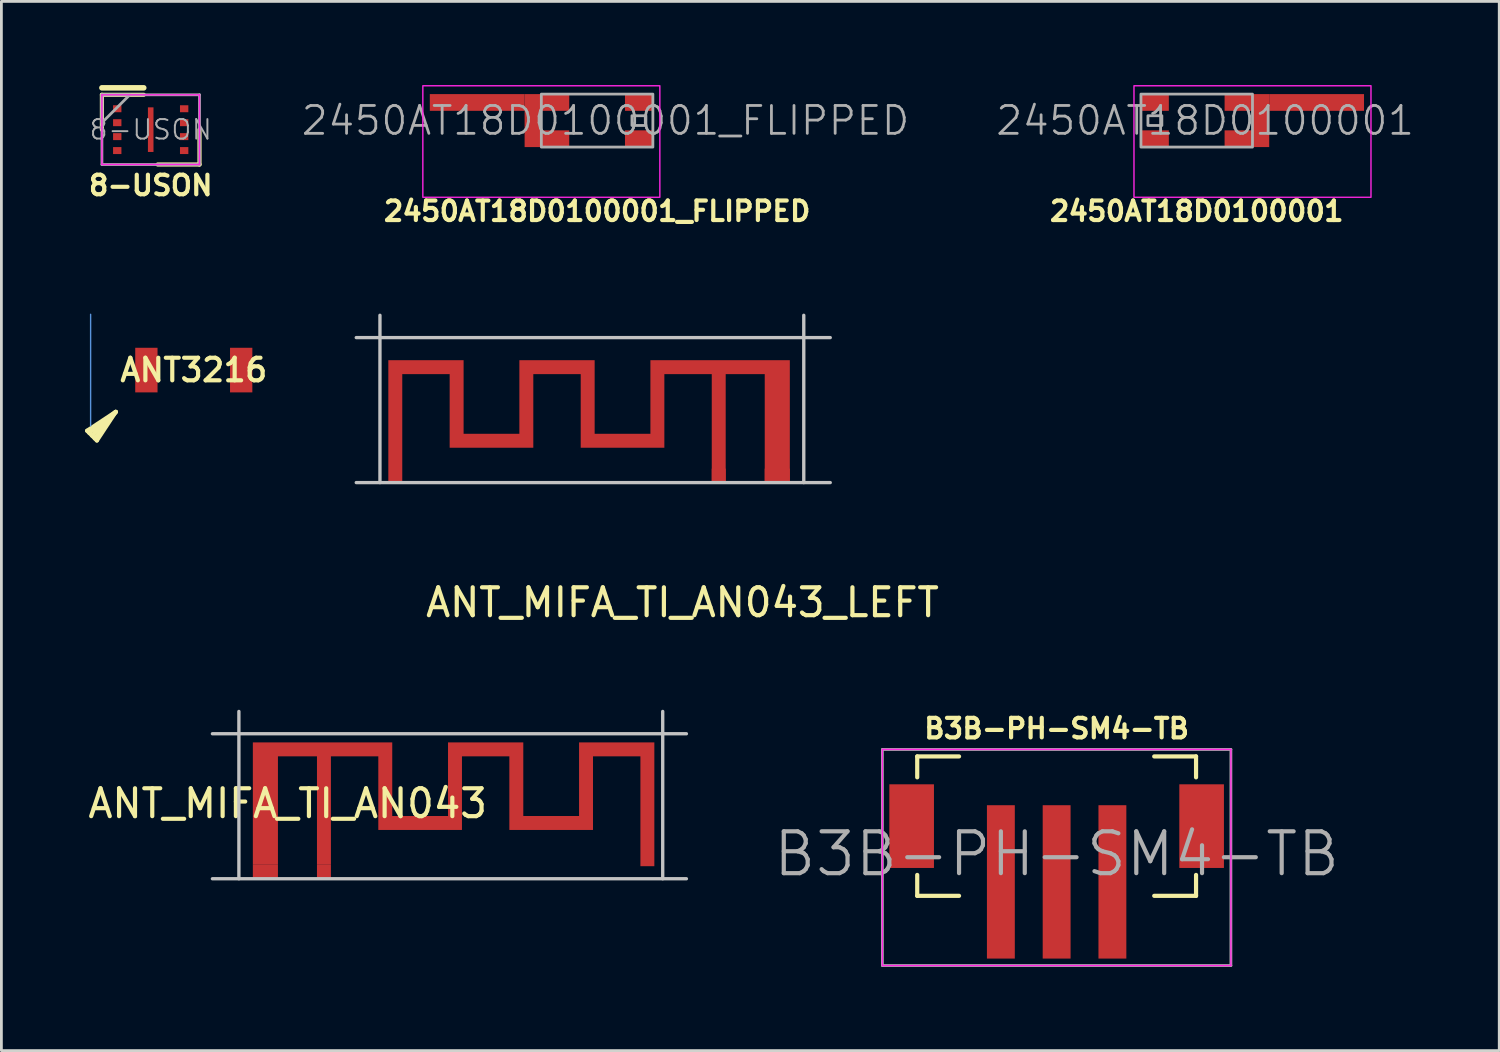
<source format=kicad_pcb>
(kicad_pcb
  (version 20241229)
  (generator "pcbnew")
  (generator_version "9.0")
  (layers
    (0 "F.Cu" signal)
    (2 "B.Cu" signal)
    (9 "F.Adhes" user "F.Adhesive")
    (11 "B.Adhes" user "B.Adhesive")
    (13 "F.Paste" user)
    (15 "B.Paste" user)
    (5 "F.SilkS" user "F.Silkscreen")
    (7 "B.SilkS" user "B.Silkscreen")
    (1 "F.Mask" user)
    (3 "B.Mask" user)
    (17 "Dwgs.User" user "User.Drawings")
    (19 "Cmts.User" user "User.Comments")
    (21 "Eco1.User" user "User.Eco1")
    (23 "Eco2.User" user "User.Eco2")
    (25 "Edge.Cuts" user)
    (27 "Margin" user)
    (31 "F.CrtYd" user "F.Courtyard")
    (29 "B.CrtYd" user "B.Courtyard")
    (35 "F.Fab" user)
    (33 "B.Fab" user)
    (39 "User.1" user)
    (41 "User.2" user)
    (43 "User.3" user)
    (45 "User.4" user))
  (footprint "ANT_MIFA_TI_AN043_LEFT"
    (layer "F.Cu")
    (at 22.727 9.058)
    (property "Reference" "ANT_MIFA_TI_AN043_LEFT" (at -1.3 9.5 0) (unlocked yes) (layer "F.SilkS") (effects (font (size 1 1) (thickness 0.15))))
    (attr smd)
    (fp_poly (pts (xy -2.45 3.45) (xy -4.45 3.45) (xy -4.45 0.81) (xy -7.15 0.81) (xy -7.15 3.45) (xy -9.15 3.45) (xy -9.15 0.81) (xy -11.85 0.81) (xy -11.85 5.25) (xy -11.35 5.25) (xy -11.35 1.31) (xy -9.65 1.31) (xy -9.65 3.95) (xy -6.65 3.95) (xy -6.65 1.31) (xy -4.95 1.31) (xy -4.95 3.95) (xy -1.95 3.95) (xy -1.95 1.31) (xy -0.25 1.31) (xy -0.25 5.2) (xy 0.25 5.2) (xy 0.25 1.31) (xy 1.65 1.31) (xy 1.65 5.2) (xy 2.55 5.2) (xy 2.55 0.81) (xy -2.45 0.81)) (stroke (width 0) (type solid)) (fill yes) (layer "F.Cu"))
    (fp_line (start -12.15 -0.8) (end -12.15 5.2) (stroke (width 0.12) (type solid)) (layer "Dwgs.User"))
    (fp_line (start 3.05 5.2) (end 3.05 -0.8) (stroke (width 0.12) (type solid)) (layer "Dwgs.User"))
    (fp_line (start 4 0) (end -13 0) (stroke (width 0.12) (type solid)) (layer "Dwgs.User"))
    (fp_line (start 4 5.2) (end -13 5.2) (stroke (width 0.12) (type solid)) (layer "Dwgs.User"))
    (pad "ANT" smd rect (at 0 4.95) (size 0.5 0.5) (layers "F.Cu"))
    (pad "GND" smd rect (at 2.1 4.95) (size 0.9 0.5) (layers "F.Cu"))
    (zone (net_name "") (layer "F.Cu") (hatch edge 0.508) (connect_pads) (min_thickness 0.254) (filled_areas_thickness no) (keepout (tracks not_allowed) (vias not_allowed) (pads not_allowed) (copperpour not_allowed) (footprints not_allowed)) (placement (enabled no)) (fill) (polygon (pts (xy 10.577 14.258) (xy 22.477 14.258) (xy 22.477 13.758) (xy 22.977 13.758) (xy 22.977 14.258) (xy 24.377 14.258) (xy 24.377 13.758) (xy 25.277 13.758) (xy 25.277 14.258) (xy 25.777 14.258) (xy 25.777 9.058) (xy 10.577 9.058))))
    (zone (net_name "") (layer "In1.Cu") (hatch edge 0.508) (connect_pads) (min_thickness 0.254) (filled_areas_thickness no) (keepout (tracks not_allowed) (vias not_allowed) (pads not_allowed) (copperpour not_allowed) (footprints not_allowed)) (placement (enabled no)) (fill) (polygon (pts (xy 10.577 14.258) (xy 22.477 14.258) (xy 22.977 14.258) (xy 24.377 14.258) (xy 25.277 14.258) (xy 25.777 14.258) (xy 25.777 9.058) (xy 10.577 9.058)))))
  (footprint "2450AT18D0100001_FLIPPED"
    (layer "F.Cu")
    (at 18.365 1.275)
    (property "Reference" "2450AT18D0100001_FLIPPED" (at 0 3.25 0) (unlocked yes) (layer "F.SilkS") (effects (font (size 0.7 0.7) (thickness 0.15) (bold yes))))
    (attr smd)
    (fp_rect (start 2.25 -1.25) (end -6.25 2.75) (stroke (width 0.05) (type default)) (fill no) (layer "F.CrtYd"))
    (fp_rect (start 1.75 -0.175) (end 1.25 0.175) (stroke (width 0.1) (type solid)) (fill no) (layer "F.Fab"))
    (fp_rect (start 2 -0.95) (end -2 0.95) (stroke (width 0.1) (type default)) (fill no) (layer "F.Fab"))
    (fp_text user "${REFERENCE}" (at 0.3 0 0) (unlocked yes) (layer "F.Fab") (effects (font (size 1 1) (thickness 0.1))))
    (pad "ANT" smd rect (at 1.5 0.65) (size 1 0.6) (layers "F.Cu" "F.Mask" "F.Paste"))
    (pad "GND" smd rect (at -4.3 -0.65) (size 3.4 0.6) (layers "F.Cu"))
    (pad "GND" smd rect (at -2.3 0) (size 0.6 1.9) (layers "F.Cu"))
    (pad "GND" smd rect (at -1.5 -0.65) (size 1 0.6) (layers "F.Cu" "F.Mask" "F.Paste"))
    (pad "GND" smd rect (at -1.5 0.65) (size 1 0.6) (layers "F.Cu" "F.Mask" "F.Paste"))
    (pad "GND" smd rect (at 1.5 -0.65) (size 1 0.6) (layers "F.Cu" "F.Mask" "F.Paste"))
    (zone (net_name "") (layers "F.Cu" "B.Cu") (hatch edge 0.5) (connect_pads) (min_thickness 0.25) (filled_areas_thickness no) (keepout (tracks not_allowed) (vias not_allowed) (pads allowed) (copperpour not_allowed) (footprints allowed)) (placement (enabled no)) (fill) (polygon (pts (xy 20.365 0.325) (xy 20.365 1.625) (xy 19.365 1.625) (xy 19.365 2.225) (xy 20.365 2.225) (xy 20.365 3.725) (xy 12.365 3.725) (xy 12.365 0.325)))))
  (footprint "ANT_MIFA_TI_AN043"
    (layer "F.Cu")
    (at 8.568 23.266)
    (property "Reference" "ANT_MIFA_TI_AN043" (at -1.3 2.5 0) (unlocked yes) (layer "F.SilkS") (effects (font (size 1 1) (thickness 0.15))))
    (attr smd)
    (fp_poly (pts (xy 2.45 2.95) (xy 4.45 2.95) (xy 4.45 0.31) (xy 7.15 0.31) (xy 7.15 2.95) (xy 9.15 2.95) (xy 9.15 0.31) (xy 11.85 0.31) (xy 11.85 4.75) (xy 11.35 4.75) (xy 11.35 0.81) (xy 9.65 0.81) (xy 9.65 3.45) (xy 6.65 3.45) (xy 6.65 0.81) (xy 4.95 0.81) (xy 4.95 3.45) (xy 1.95 3.45) (xy 1.95 0.81) (xy 0.25 0.81) (xy 0.25 4.7) (xy -0.25 4.7) (xy -0.25 0.81) (xy -1.65 0.81) (xy -1.65 4.7) (xy -2.55 4.7) (xy -2.55 0.31) (xy 2.45 0.31)) (stroke (width 0) (type solid)) (fill yes) (layer "F.Cu"))
    (fp_line (start -4 0) (end 13 0) (stroke (width 0.12) (type solid)) (layer "Dwgs.User"))
    (fp_line (start -4 5.2) (end 13 5.2) (stroke (width 0.12) (type solid)) (layer "Dwgs.User"))
    (fp_line (start -3.05 5.2) (end -3.05 -0.8) (stroke (width 0.12) (type solid)) (layer "Dwgs.User"))
    (fp_line (start 12.15 -0.8) (end 12.15 5.2) (stroke (width 0.12) (type solid)) (layer "Dwgs.User"))
    (pad "ANT" smd rect (at 0 4.95) (size 0.5 0.5) (layers "F.Cu"))
    (pad "GND" smd rect (at -2.1 4.95) (size 0.9 0.5) (layers "F.Cu"))
    (zone (net_name "") (layer "F.Cu") (hatch edge 0.508) (connect_pads) (min_thickness 0.254) (filled_areas_thickness no) (keepout (tracks not_allowed) (vias not_allowed) (pads not_allowed) (copperpour not_allowed) (footprints not_allowed)) (placement (enabled no)) (fill) (polygon (pts (xy 20.718 28.466) (xy 8.818 28.466) (xy 8.818 27.966) (xy 8.318 27.966) (xy 8.318 28.466) (xy 6.918 28.466) (xy 6.918 27.966) (xy 6.018 27.966) (xy 6.018 28.466) (xy 5.518 28.466) (xy 5.518 23.266) (xy 20.718 23.266))))
    (zone (net_name "") (layer "In1.Cu") (hatch edge 0.508) (connect_pads) (min_thickness 0.254) (filled_areas_thickness no) (keepout (tracks not_allowed) (vias not_allowed) (pads not_allowed) (copperpour not_allowed) (footprints not_allowed)) (placement (enabled no)) (fill) (polygon (pts (xy 20.718 28.466) (xy 8.818 28.466) (xy 8.318 28.466) (xy 6.918 28.466) (xy 6.018 28.466) (xy 5.518 28.466) (xy 5.518 23.266) (xy 20.718 23.266)))))
  (footprint "B3B-PH-SM4-TB"
    (layer "F.Cu")
    (at 34.846 26.579)
    (property "Reference" "B3B-PH-SM4-TB" (at 0 -3.5 0) (layer "F.SilkS") (effects (font (size 0.7 0.7) (thickness 0.15))))
    (attr through_hole)
    (fp_line (start -5 -2.5) (end -3.5 -2.5) (stroke (width 0.15) (type solid)) (layer "F.SilkS"))
    (fp_line (start -5 -1.75) (end -5 -2.5) (stroke (width 0.15) (type solid)) (layer "F.SilkS"))
    (fp_line (start -5 1.75) (end -5 2.5) (stroke (width 0.15) (type solid)) (layer "F.SilkS"))
    (fp_line (start -5 2.5) (end -3.5 2.5) (stroke (width 0.15) (type solid)) (layer "F.SilkS"))
    (fp_line (start 5 -2.5) (end 3.5 -2.5) (stroke (width 0.15) (type solid)) (layer "F.SilkS"))
    (fp_line (start 5 -1.75) (end 5 -2.5) (stroke (width 0.15) (type solid)) (layer "F.SilkS"))
    (fp_line (start 5 1.75) (end 5 2.5) (stroke (width 0.15) (type solid)) (layer "F.SilkS"))
    (fp_line (start 5 2.5) (end 3.5 2.5) (stroke (width 0.15) (type solid)) (layer "F.SilkS"))
    (fp_line (start -6.25 -2.75) (end 6.25 -2.75) (stroke (width 0.05) (type solid)) (layer "F.CrtYd"))
    (fp_line (start -6.25 5) (end -6.25 -2.75) (stroke (width 0.05) (type solid)) (layer "F.CrtYd"))
    (fp_line (start 6.25 -2.75) (end 6.25 5) (stroke (width 0.05) (type solid)) (layer "F.CrtYd"))
    (fp_line (start 6.25 5) (end -6.25 5) (stroke (width 0.05) (type solid)) (layer "F.CrtYd"))
    (fp_line (start -6.25 -2.75) (end 6.25 -2.75) (stroke (width 0.1) (type solid)) (layer "F.Fab"))
    (fp_line (start -6.25 5) (end -6.25 -2.75) (stroke (width 0.1) (type solid)) (layer "F.Fab"))
    (fp_line (start 6.25 -2.75) (end 6.25 5) (stroke (width 0.1) (type solid)) (layer "F.Fab"))
    (fp_line (start 6.25 5) (end -6.25 5) (stroke (width 0.1) (type solid)) (layer "F.Fab"))
    (fp_text user "${REFERENCE}" (at 0 1 0) (layer "F.Fab") (effects (font (size 1.5 1.5) (thickness 0.15))))
    (pad "" smd rect (at -5.2 0) (size 1.6 3) (layers "F.Cu" "F.Mask" "F.Paste"))
    (pad "" smd rect (at 5.2 0) (size 1.6 3) (layers "F.Cu" "F.Mask" "F.Paste"))
    (pad "1" smd rect (at -2 2) (size 1 5.5) (layers "F.Cu" "F.Mask" "F.Paste"))
    (pad "2" smd rect (at 0 2) (size 1 5.5) (layers "F.Cu" "F.Mask" "F.Paste"))
    (pad "3" smd rect (at 2 2) (size 1 5.5) (layers "F.Cu" "F.Mask" "F.Paste")))
  (footprint "2450AT18D0100001"
    (layer "F.Cu")
    (at 39.87 1.275)
    (property "Reference" "2450AT18D0100001" (at 0 3.25 0) (unlocked yes) (layer "F.SilkS") (effects (font (size 0.7 0.7) (thickness 0.15) (bold yes))))
    (attr smd)
    (fp_rect (start -2.25 -1.25) (end 6.25 2.75) (stroke (width 0.05) (type default)) (fill no) (layer "F.CrtYd"))
    (fp_rect (start -2 -0.95) (end 2 0.95) (stroke (width 0.1) (type default)) (fill no) (layer "F.Fab"))
    (fp_rect (start -1.75 -0.175) (end -1.25 0.175) (stroke (width 0.1) (type solid)) (fill no) (layer "F.Fab"))
    (fp_text user "${REFERENCE}" (at 0.3 0 0) (unlocked yes) (layer "F.Fab") (effects (font (size 1 1) (thickness 0.1))))
    (pad "ANT" smd rect (at -1.5 0.65) (size 1 0.6) (layers "F.Cu" "F.Mask" "F.Paste"))
    (pad "GND" smd rect (at -1.5 -0.65) (size 1 0.6) (layers "F.Cu" "F.Mask" "F.Paste"))
    (pad "GND" smd rect (at 1.5 -0.65) (size 1 0.6) (layers "F.Cu" "F.Mask" "F.Paste"))
    (pad "GND" smd rect (at 1.5 0.65) (size 1 0.6) (layers "F.Cu" "F.Mask" "F.Paste"))
    (pad "GND" smd rect (at 2.3 0) (size 0.6 1.9) (layers "F.Cu"))
    (pad "GND" smd rect (at 4.3 -0.65) (size 3.4 0.6) (layers "F.Cu"))
    (zone (net_name "") (layers "F.Cu" "B.Cu") (hatch edge 0.5) (connect_pads) (min_thickness 0.25) (filled_areas_thickness no) (keepout (tracks not_allowed) (vias not_allowed) (pads allowed) (copperpour not_allowed) (footprints allowed)) (placement (enabled no)) (fill) (polygon (pts (xy 37.87 0.325) (xy 37.87 1.625) (xy 38.87 1.625) (xy 38.87 2.225) (xy 37.87 2.225) (xy 37.87 3.725) (xy 45.87 3.725) (xy 45.87 0.325)))))
  (footprint "ANT3216"
    (layer "F.Cu")
    (at 3.9 10.223)
    (property "Reference" "ANT3216" (at 0 0 0) (layer "F.SilkS") (effects (font (size 0.81 0.81) (thickness 0.15))))
    (attr through_hole)
    (fp_line (start -3.825 2.175) (end -3.475 2.525) (stroke (width 0.15) (type solid)) (layer "F.SilkS"))
    (fp_line (start -3.475 2.525) (end -2.8 1.5) (stroke (width 0.15) (type solid)) (layer "F.SilkS"))
    (fp_line (start -2.8 1.5) (end -3.825 2.175) (stroke (width 0.15) (type solid)) (layer "F.SilkS"))
    (fp_line (start -2.8 1.5) (end -3.75 2.25) (stroke (width 0.15) (type solid)) (layer "F.SilkS"))
    (fp_line (start -2.8 1.5) (end -3.65 2.35) (stroke (width 0.15) (type solid)) (layer "F.SilkS"))
    (fp_line (start -2.8 1.5) (end -3.55 2.45) (stroke (width 0.15) (type solid)) (layer "F.SilkS"))
    (fp_line (start -3.7 -2) (end -3.7 2) (stroke (width 0.05) (type solid)) (layer "Cmts.User"))
    (pad "" smd rect (at 1.7 0) (size 0.8 1.6) (layers "F.Cu" "F.Mask" "F.Paste"))
    (pad "ANT" smd rect (at -1.7 0) (size 0.8 1.6) (layers "F.Cu" "F.Mask" "F.Paste")))
  (footprint "8-USON"
    (layer "F.Cu")
    (at 2.355 1.6)
    (property "Reference" "8-USON" (at 0 2 0) (layer "F.SilkS") (effects (font (size 0.7 0.7) (thickness 0.15))))
    (attr through_hole)
    (fp_line (start -1.75 -1.5) (end -0.25 -1.5) (stroke (width 0.2) (type solid)) (layer "F.SilkS"))
    (fp_line (start -1.75 -1.25) (end -1.75 0) (stroke (width 0.15) (type solid)) (layer "F.SilkS"))
    (fp_line (start -0.25 -1.25) (end -1.75 -1.25) (stroke (width 0.15) (type solid)) (layer "F.SilkS"))
    (fp_line (start 0.25 1.25) (end 1.75 1.25) (stroke (width 0.15) (type solid)) (layer "F.SilkS"))
    (fp_line (start 1.75 1.25) (end 1.75 0) (stroke (width 0.15) (type solid)) (layer "F.SilkS"))
    (fp_line (start -1.75 -1.25) (end 1.75 -1.25) (stroke (width 0.05) (type solid)) (layer "F.CrtYd"))
    (fp_line (start -1.75 1.25) (end -1.75 -1.25) (stroke (width 0.05) (type solid)) (layer "F.CrtYd"))
    (fp_line (start 1.75 -1.25) (end 1.75 1.25) (stroke (width 0.05) (type solid)) (layer "F.CrtYd"))
    (fp_line (start 1.75 1.25) (end -1.75 1.25) (stroke (width 0.05) (type solid)) (layer "F.CrtYd"))
    (fp_line (start -1.75 -1.25) (end 1.75 -1.25) (stroke (width 0.1) (type solid)) (layer "F.Fab"))
    (fp_line (start -1.75 1.25) (end -1.75 -1.25) (stroke (width 0.1) (type solid)) (layer "F.Fab"))
    (fp_line (start 1.75 -1.25) (end 1.75 1.25) (stroke (width 0.1) (type solid)) (layer "F.Fab"))
    (fp_line (start 1.75 1.25) (end -1.75 1.25) (stroke (width 0.1) (type solid)) (layer "F.Fab"))
    (fp_poly (pts (xy -1.75 -1.25) (xy -1.75 -0.25) (xy -0.75 -1.25)) (stroke (width 0.1) (type solid)) (fill no) (layer "F.Fab"))
    (fp_text user "${REFERENCE}" (at 0 0 0) (layer "F.Fab") (effects (font (size 0.7 0.7) (thickness 0.07))))
    (pad "1" smd rect (at -1.2 -0.75) (size 0.3 0.25) (layers "F.Cu" "F.Mask" "F.Paste"))
    (pad "2" smd rect (at -1.2 -0.25) (size 0.3 0.25) (layers "F.Cu" "F.Mask" "F.Paste"))
    (pad "3" smd rect (at -1.2 0.25) (size 0.3 0.25) (layers "F.Cu" "F.Mask" "F.Paste"))
    (pad "4" smd rect (at -1.2 0.75) (size 0.3 0.25) (layers "F.Cu" "F.Mask" "F.Paste"))
    (pad "5" smd rect (at 1.2 0.75) (size 0.3 0.25) (layers "F.Cu" "F.Mask" "F.Paste"))
    (pad "6" smd rect (at 1.2 0.25) (size 0.3 0.25) (layers "F.Cu" "F.Mask" "F.Paste"))
    (pad "7" smd rect (at 1.2 -0.25) (size 0.3 0.25) (layers "F.Cu" "F.Mask" "F.Paste"))
    (pad "8" smd rect (at 1.2 -0.75) (size 0.3 0.25) (layers "F.Cu" "F.Mask" "F.Paste"))
    (pad "FLAG" smd rect (at 0 0) (size 0.2 1.6) (layers "F.Cu" "F.Mask" "F.Paste")))
  (gr_rect
    (start -3 -3)
    (end 50.72 34.629)
    (stroke (width 0.1) (type default))
    (fill no)
    (layer "Edge.Cuts")))
</source>
